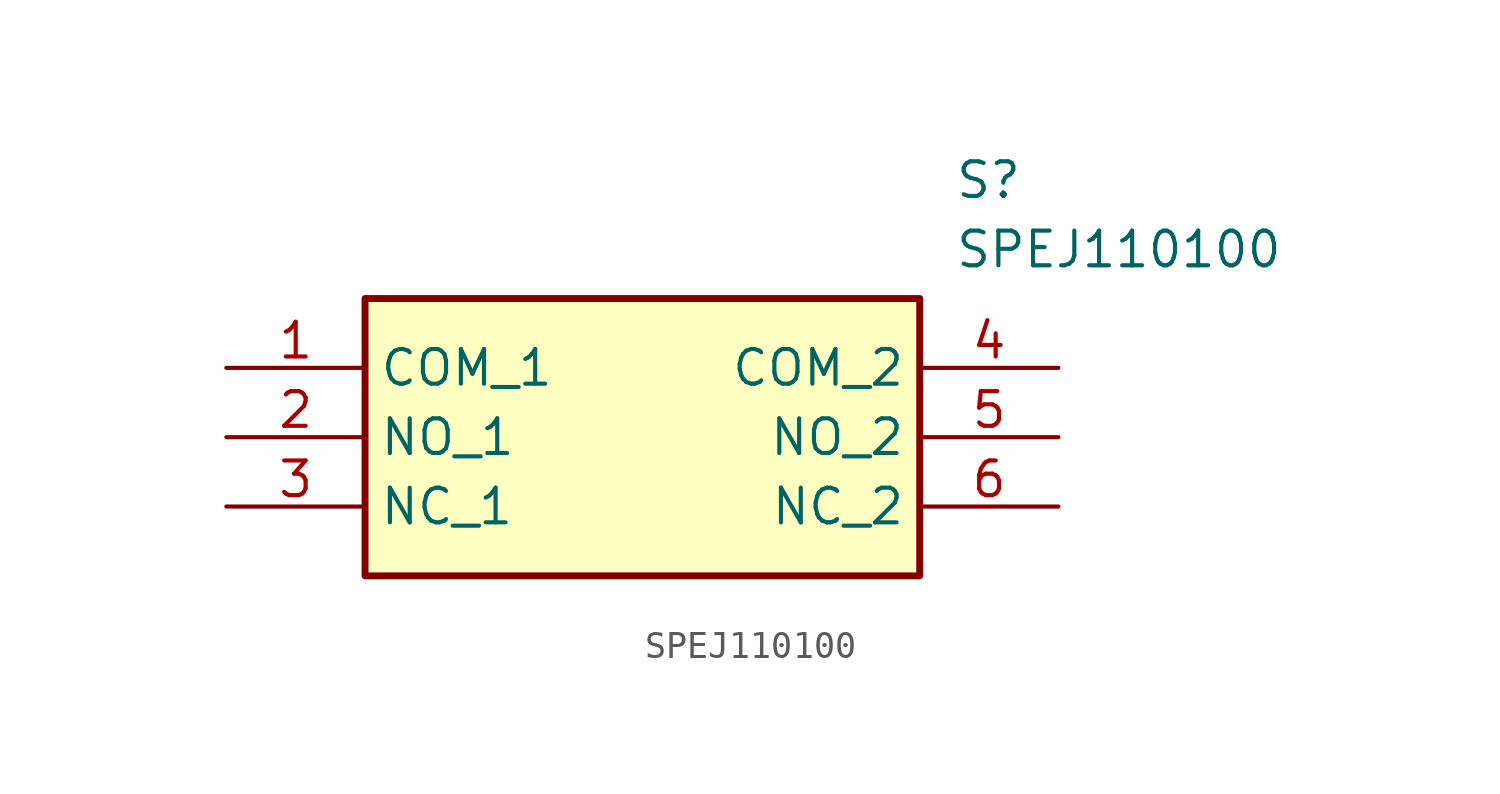
<source format=kicad_sym>
(kicad_symbol_lib
  (version 20241209)
  (generator "kicad_symbol_editor")
  (generator_version "9.0")
  (symbol "SPEJ110100"
    (property "Reference" "S"
      (at 26.67 7.62 0)
      (effects (font (size 1.27 1.27)) (justify left top)))
    (property "Value" "SPEJ110100"
      (at 26.67 5.08 0)
      (effects (font (size 1.27 1.27)) (justify left top)))
    (symbol "SPEJ110100_1_1"
      (rectangle (start 5.08 2.54) (end 25.4 -7.62) (stroke (width 0.254) (type default)) (fill (type background)))
      (pin passive line (at 0 0 0) (length 5.08) (name "COM_1" (effects (font (size 1.27 1.27)))) (number "1" (effects (font (size 1.27 1.27)))))
      (pin passive line (at 0 -2.54 0) (length 5.08) (name "NO_1" (effects (font (size 1.27 1.27)))) (number "2" (effects (font (size 1.27 1.27)))))
      (pin passive line (at 0 -5.08 0) (length 5.08) (name "NC_1" (effects (font (size 1.27 1.27)))) (number "3" (effects (font (size 1.27 1.27)))))
      (pin passive line (at 30.48 0 180) (length 5.08) (name "COM_2" (effects (font (size 1.27 1.27)))) (number "4" (effects (font (size 1.27 1.27)))))
      (pin passive line (at 30.48 -2.54 180) (length 5.08) (name "NO_2" (effects (font (size 1.27 1.27)))) (number "5" (effects (font (size 1.27 1.27)))))
      (pin passive line (at 30.48 -5.08 180) (length 5.08) (name "NC_2" (effects (font (size 1.27 1.27)))) (number "6" (effects (font (size 1.27 1.27))))))))
</source>
